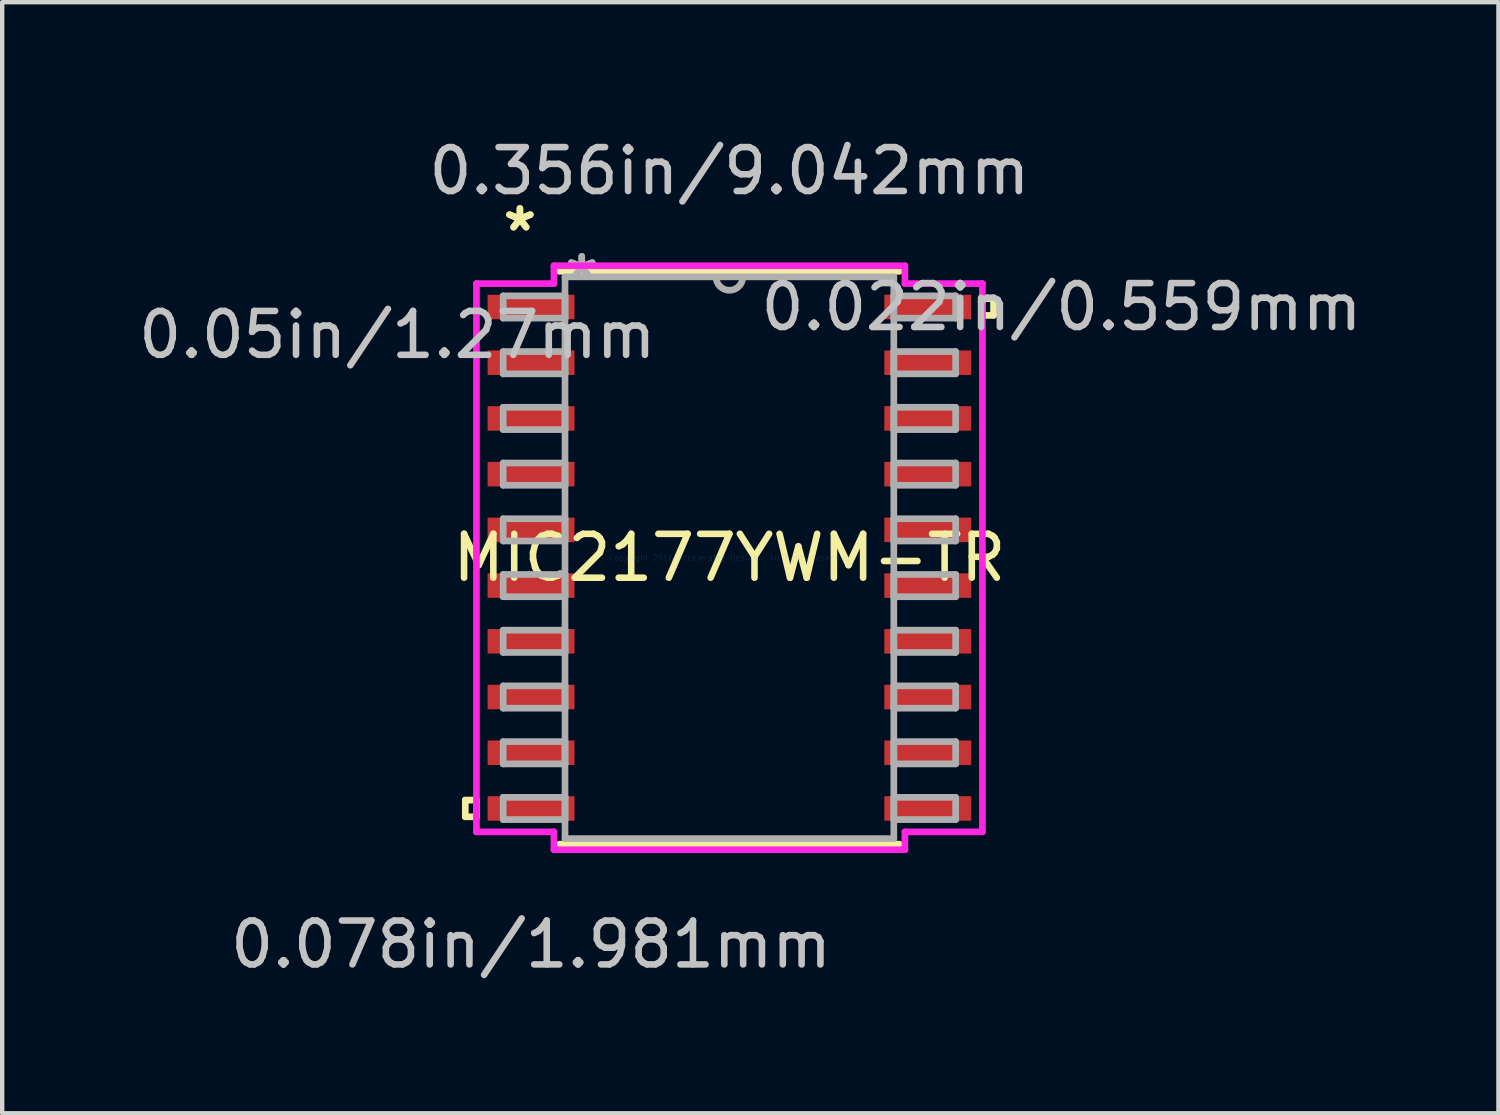
<source format=kicad_pcb>
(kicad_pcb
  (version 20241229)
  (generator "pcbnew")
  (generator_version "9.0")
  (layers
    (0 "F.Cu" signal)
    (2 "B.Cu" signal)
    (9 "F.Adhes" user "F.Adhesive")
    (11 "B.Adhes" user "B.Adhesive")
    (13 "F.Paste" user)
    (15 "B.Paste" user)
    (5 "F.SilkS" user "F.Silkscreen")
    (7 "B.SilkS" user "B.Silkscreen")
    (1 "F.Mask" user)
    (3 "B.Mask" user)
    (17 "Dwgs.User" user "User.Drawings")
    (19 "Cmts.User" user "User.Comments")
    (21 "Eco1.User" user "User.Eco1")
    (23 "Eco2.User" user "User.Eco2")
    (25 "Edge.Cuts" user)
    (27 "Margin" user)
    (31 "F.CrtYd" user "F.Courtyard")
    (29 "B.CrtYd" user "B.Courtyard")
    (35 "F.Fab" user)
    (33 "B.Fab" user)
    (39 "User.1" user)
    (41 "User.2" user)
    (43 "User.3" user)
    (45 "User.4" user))
  (footprint "MIC2177YWM-TR"
    (layer "F.Cu")
    (at 13.575 9.662)
    (property "Reference" "MIC2177YWM-TR" (at 0 0 0) (layer "F.SilkS") (effects (font (size 1 1) (thickness 0.15))))
    (attr through_hole)
    (fp_line (start -6.02 5.524) (end -6.02 5.905) (stroke (width 0.152) (type solid)) (layer "F.SilkS"))
    (fp_line (start -6.02 5.905) (end -5.766 5.905) (stroke (width 0.152) (type solid)) (layer "F.SilkS"))
    (fp_line (start -5.766 5.524) (end -6.02 5.524) (stroke (width 0.152) (type solid)) (layer "F.SilkS"))
    (fp_line (start -5.766 5.905) (end -5.766 5.524) (stroke (width 0.152) (type solid)) (layer "F.SilkS"))
    (fp_line (start -3.873 6.528) (end 3.873 6.528) (stroke (width 0.152) (type solid)) (layer "F.SilkS"))
    (fp_line (start 3.873 -6.528) (end -3.873 -6.528) (stroke (width 0.152) (type solid)) (layer "F.SilkS"))
    (fp_line (start 5.766 -5.905) (end 6.02 -5.905) (stroke (width 0.152) (type solid)) (layer "F.SilkS"))
    (fp_line (start 5.766 -5.524) (end 5.766 -5.905) (stroke (width 0.152) (type solid)) (layer "F.SilkS"))
    (fp_line (start 6.02 -5.905) (end 6.02 -5.524) (stroke (width 0.152) (type solid)) (layer "F.SilkS"))
    (fp_line (start 6.02 -5.524) (end 5.766 -5.524) (stroke (width 0.152) (type solid)) (layer "F.SilkS"))
    (fp_line (start -5.766 -6.248) (end -4 -6.248) (stroke (width 0.152) (type solid)) (layer "F.CrtYd"))
    (fp_line (start -5.766 6.248) (end -5.766 -6.248) (stroke (width 0.152) (type solid)) (layer "F.CrtYd"))
    (fp_line (start -4 -6.655) (end 4 -6.655) (stroke (width 0.152) (type solid)) (layer "F.CrtYd"))
    (fp_line (start -4 -6.248) (end -4 -6.655) (stroke (width 0.152) (type solid)) (layer "F.CrtYd"))
    (fp_line (start -4 6.248) (end -5.766 6.248) (stroke (width 0.152) (type solid)) (layer "F.CrtYd"))
    (fp_line (start -4 6.655) (end -4 6.248) (stroke (width 0.152) (type solid)) (layer "F.CrtYd"))
    (fp_line (start 4 -6.655) (end 4 -6.248) (stroke (width 0.152) (type solid)) (layer "F.CrtYd"))
    (fp_line (start 4 -6.248) (end 5.766 -6.248) (stroke (width 0.152) (type solid)) (layer "F.CrtYd"))
    (fp_line (start 4 6.248) (end 4 6.655) (stroke (width 0.152) (type solid)) (layer "F.CrtYd"))
    (fp_line (start 4 6.655) (end -4 6.655) (stroke (width 0.152) (type solid)) (layer "F.CrtYd"))
    (fp_line (start 5.766 -6.248) (end 5.766 6.248) (stroke (width 0.152) (type solid)) (layer "F.CrtYd"))
    (fp_line (start 5.766 6.248) (end 4 6.248) (stroke (width 0.152) (type solid)) (layer "F.CrtYd"))
    (fp_line (start -5.156 -5.969) (end -5.156 -5.461) (stroke (width 0.152) (type solid)) (layer "F.Fab"))
    (fp_line (start -5.156 -5.461) (end -3.747 -5.461) (stroke (width 0.152) (type solid)) (layer "F.Fab"))
    (fp_line (start -5.156 -4.699) (end -5.156 -4.191) (stroke (width 0.152) (type solid)) (layer "F.Fab"))
    (fp_line (start -5.156 -4.191) (end -3.747 -4.191) (stroke (width 0.152) (type solid)) (layer "F.Fab"))
    (fp_line (start -5.156 -3.429) (end -5.156 -2.921) (stroke (width 0.152) (type solid)) (layer "F.Fab"))
    (fp_line (start -5.156 -2.921) (end -3.747 -2.921) (stroke (width 0.152) (type solid)) (layer "F.Fab"))
    (fp_line (start -5.156 -2.159) (end -5.156 -1.651) (stroke (width 0.152) (type solid)) (layer "F.Fab"))
    (fp_line (start -5.156 -1.651) (end -3.747 -1.651) (stroke (width 0.152) (type solid)) (layer "F.Fab"))
    (fp_line (start -5.156 -0.889) (end -5.156 -0.381) (stroke (width 0.152) (type solid)) (layer "F.Fab"))
    (fp_line (start -5.156 -0.381) (end -3.747 -0.381) (stroke (width 0.152) (type solid)) (layer "F.Fab"))
    (fp_line (start -5.156 0.381) (end -5.156 0.889) (stroke (width 0.152) (type solid)) (layer "F.Fab"))
    (fp_line (start -5.156 0.889) (end -3.747 0.889) (stroke (width 0.152) (type solid)) (layer "F.Fab"))
    (fp_line (start -5.156 1.651) (end -5.156 2.159) (stroke (width 0.152) (type solid)) (layer "F.Fab"))
    (fp_line (start -5.156 2.159) (end -3.747 2.159) (stroke (width 0.152) (type solid)) (layer "F.Fab"))
    (fp_line (start -5.156 2.921) (end -5.156 3.429) (stroke (width 0.152) (type solid)) (layer "F.Fab"))
    (fp_line (start -5.156 3.429) (end -3.747 3.429) (stroke (width 0.152) (type solid)) (layer "F.Fab"))
    (fp_line (start -5.156 4.191) (end -5.156 4.699) (stroke (width 0.152) (type solid)) (layer "F.Fab"))
    (fp_line (start -5.156 4.699) (end -3.747 4.699) (stroke (width 0.152) (type solid)) (layer "F.Fab"))
    (fp_line (start -5.156 5.461) (end -5.156 5.969) (stroke (width 0.152) (type solid)) (layer "F.Fab"))
    (fp_line (start -5.156 5.969) (end -3.747 5.969) (stroke (width 0.152) (type solid)) (layer "F.Fab"))
    (fp_line (start -3.747 -6.401) (end -3.747 6.401) (stroke (width 0.152) (type solid)) (layer "F.Fab"))
    (fp_line (start -3.747 -5.969) (end -5.156 -5.969) (stroke (width 0.152) (type solid)) (layer "F.Fab"))
    (fp_line (start -3.747 -5.461) (end -3.747 -5.969) (stroke (width 0.152) (type solid)) (layer "F.Fab"))
    (fp_line (start -3.747 -4.699) (end -5.156 -4.699) (stroke (width 0.152) (type solid)) (layer "F.Fab"))
    (fp_line (start -3.747 -4.191) (end -3.747 -4.699) (stroke (width 0.152) (type solid)) (layer "F.Fab"))
    (fp_line (start -3.747 -3.429) (end -5.156 -3.429) (stroke (width 0.152) (type solid)) (layer "F.Fab"))
    (fp_line (start -3.747 -2.921) (end -3.747 -3.429) (stroke (width 0.152) (type solid)) (layer "F.Fab"))
    (fp_line (start -3.747 -2.159) (end -5.156 -2.159) (stroke (width 0.152) (type solid)) (layer "F.Fab"))
    (fp_line (start -3.747 -1.651) (end -3.747 -2.159) (stroke (width 0.152) (type solid)) (layer "F.Fab"))
    (fp_line (start -3.747 -0.889) (end -5.156 -0.889) (stroke (width 0.152) (type solid)) (layer "F.Fab"))
    (fp_line (start -3.747 -0.381) (end -3.747 -0.889) (stroke (width 0.152) (type solid)) (layer "F.Fab"))
    (fp_line (start -3.747 0.381) (end -5.156 0.381) (stroke (width 0.152) (type solid)) (layer "F.Fab"))
    (fp_line (start -3.747 0.889) (end -3.747 0.381) (stroke (width 0.152) (type solid)) (layer "F.Fab"))
    (fp_line (start -3.747 1.651) (end -5.156 1.651) (stroke (width 0.152) (type solid)) (layer "F.Fab"))
    (fp_line (start -3.747 2.159) (end -3.747 1.651) (stroke (width 0.152) (type solid)) (layer "F.Fab"))
    (fp_line (start -3.747 2.921) (end -5.156 2.921) (stroke (width 0.152) (type solid)) (layer "F.Fab"))
    (fp_line (start -3.747 3.429) (end -3.747 2.921) (stroke (width 0.152) (type solid)) (layer "F.Fab"))
    (fp_line (start -3.747 4.191) (end -5.156 4.191) (stroke (width 0.152) (type solid)) (layer "F.Fab"))
    (fp_line (start -3.747 4.699) (end -3.747 4.191) (stroke (width 0.152) (type solid)) (layer "F.Fab"))
    (fp_line (start -3.747 5.461) (end -5.156 5.461) (stroke (width 0.152) (type solid)) (layer "F.Fab"))
    (fp_line (start -3.747 5.969) (end -3.747 5.461) (stroke (width 0.152) (type solid)) (layer "F.Fab"))
    (fp_line (start -3.747 6.401) (end 3.747 6.401) (stroke (width 0.152) (type solid)) (layer "F.Fab"))
    (fp_line (start 3.747 -6.401) (end -3.747 -6.401) (stroke (width 0.152) (type solid)) (layer "F.Fab"))
    (fp_line (start 3.747 -5.969) (end 3.747 -5.461) (stroke (width 0.152) (type solid)) (layer "F.Fab"))
    (fp_line (start 3.747 -5.461) (end 5.156 -5.461) (stroke (width 0.152) (type solid)) (layer "F.Fab"))
    (fp_line (start 3.747 -4.699) (end 3.747 -4.191) (stroke (width 0.152) (type solid)) (layer "F.Fab"))
    (fp_line (start 3.747 -4.191) (end 5.156 -4.191) (stroke (width 0.152) (type solid)) (layer "F.Fab"))
    (fp_line (start 3.747 -3.429) (end 3.747 -2.921) (stroke (width 0.152) (type solid)) (layer "F.Fab"))
    (fp_line (start 3.747 -2.921) (end 5.156 -2.921) (stroke (width 0.152) (type solid)) (layer "F.Fab"))
    (fp_line (start 3.747 -2.159) (end 3.747 -1.651) (stroke (width 0.152) (type solid)) (layer "F.Fab"))
    (fp_line (start 3.747 -1.651) (end 5.156 -1.651) (stroke (width 0.152) (type solid)) (layer "F.Fab"))
    (fp_line (start 3.747 -0.889) (end 3.747 -0.381) (stroke (width 0.152) (type solid)) (layer "F.Fab"))
    (fp_line (start 3.747 -0.381) (end 5.156 -0.381) (stroke (width 0.152) (type solid)) (layer "F.Fab"))
    (fp_line (start 3.747 0.381) (end 3.747 0.889) (stroke (width 0.152) (type solid)) (layer "F.Fab"))
    (fp_line (start 3.747 0.889) (end 5.156 0.889) (stroke (width 0.152) (type solid)) (layer "F.Fab"))
    (fp_line (start 3.747 1.651) (end 3.747 2.159) (stroke (width 0.152) (type solid)) (layer "F.Fab"))
    (fp_line (start 3.747 2.159) (end 5.156 2.159) (stroke (width 0.152) (type solid)) (layer "F.Fab"))
    (fp_line (start 3.747 2.921) (end 3.747 3.429) (stroke (width 0.152) (type solid)) (layer "F.Fab"))
    (fp_line (start 3.747 3.429) (end 5.156 3.429) (stroke (width 0.152) (type solid)) (layer "F.Fab"))
    (fp_line (start 3.747 4.191) (end 3.747 4.699) (stroke (width 0.152) (type solid)) (layer "F.Fab"))
    (fp_line (start 3.747 4.699) (end 5.156 4.699) (stroke (width 0.152) (type solid)) (layer "F.Fab"))
    (fp_line (start 3.747 5.461) (end 3.747 5.969) (stroke (width 0.152) (type solid)) (layer "F.Fab"))
    (fp_line (start 3.747 5.969) (end 5.156 5.969) (stroke (width 0.152) (type solid)) (layer "F.Fab"))
    (fp_line (start 3.747 6.401) (end 3.747 -6.401) (stroke (width 0.152) (type solid)) (layer "F.Fab"))
    (fp_line (start 5.156 -5.969) (end 3.747 -5.969) (stroke (width 0.152) (type solid)) (layer "F.Fab"))
    (fp_line (start 5.156 -5.461) (end 5.156 -5.969) (stroke (width 0.152) (type solid)) (layer "F.Fab"))
    (fp_line (start 5.156 -4.699) (end 3.747 -4.699) (stroke (width 0.152) (type solid)) (layer "F.Fab"))
    (fp_line (start 5.156 -4.191) (end 5.156 -4.699) (stroke (width 0.152) (type solid)) (layer "F.Fab"))
    (fp_line (start 5.156 -3.429) (end 3.747 -3.429) (stroke (width 0.152) (type solid)) (layer "F.Fab"))
    (fp_line (start 5.156 -2.921) (end 5.156 -3.429) (stroke (width 0.152) (type solid)) (layer "F.Fab"))
    (fp_line (start 5.156 -2.159) (end 3.747 -2.159) (stroke (width 0.152) (type solid)) (layer "F.Fab"))
    (fp_line (start 5.156 -1.651) (end 5.156 -2.159) (stroke (width 0.152) (type solid)) (layer "F.Fab"))
    (fp_line (start 5.156 -0.889) (end 3.747 -0.889) (stroke (width 0.152) (type solid)) (layer "F.Fab"))
    (fp_line (start 5.156 -0.381) (end 5.156 -0.889) (stroke (width 0.152) (type solid)) (layer "F.Fab"))
    (fp_line (start 5.156 0.381) (end 3.747 0.381) (stroke (width 0.152) (type solid)) (layer "F.Fab"))
    (fp_line (start 5.156 0.889) (end 5.156 0.381) (stroke (width 0.152) (type solid)) (layer "F.Fab"))
    (fp_line (start 5.156 1.651) (end 3.747 1.651) (stroke (width 0.152) (type solid)) (layer "F.Fab"))
    (fp_line (start 5.156 2.159) (end 5.156 1.651) (stroke (width 0.152) (type solid)) (layer "F.Fab"))
    (fp_line (start 5.156 2.921) (end 3.747 2.921) (stroke (width 0.152) (type solid)) (layer "F.Fab"))
    (fp_line (start 5.156 3.429) (end 5.156 2.921) (stroke (width 0.152) (type solid)) (layer "F.Fab"))
    (fp_line (start 5.156 4.191) (end 3.747 4.191) (stroke (width 0.152) (type solid)) (layer "F.Fab"))
    (fp_line (start 5.156 4.699) (end 5.156 4.191) (stroke (width 0.152) (type solid)) (layer "F.Fab"))
    (fp_line (start 5.156 5.461) (end 3.747 5.461) (stroke (width 0.152) (type solid)) (layer "F.Fab"))
    (fp_line (start 5.156 5.969) (end 5.156 5.461) (stroke (width 0.152) (type solid)) (layer "F.Fab"))
    (fp_arc (start 0.3048 -6.4008) (mid 0 -6.096) (end -0.3048 -6.4008) (stroke (width 0.1524) (type solid)) (layer "F.Fab"))
    (fp_text user "*" (at -4.775 -7.417 0) (layer "F.SilkS") (effects (font (size 1 1) (thickness 0.15))))
    (fp_text user "*" (at -4.775 -7.417 0) (layer "F.SilkS") (effects (font (size 1 1) (thickness 0.15))))
    (fp_text user "0.078in/1.981mm" (at -4.521 8.814 0) (layer "Dwgs.User") (effects (font (size 1 1) (thickness 0.15))))
    (fp_text user "0.356in/9.042mm" (at 0 -8.814 0) (layer "Dwgs.User") (effects (font (size 1 1) (thickness 0.15))))
    (fp_text user "0.05in/1.27mm" (at -7.569 -5.08 0) (layer "Dwgs.User") (effects (font (size 1 1) (thickness 0.15))))
    (fp_text user "0.022in/0.559mm" (at 7.569 -5.715 0) (layer "Dwgs.User") (effects (font (size 1 1) (thickness 0.15))))
    (fp_text user "Copyright 2016 Accelerated Designs. All rights reserved." (at 0 0 0) (layer "Cmts.User") (effects (font (size 0.127 0.127) (thickness 0.002))))
    (fp_text user "*" (at -3.365 -6.325 0) (layer "F.Fab") (effects (font (size 1 1) (thickness 0.15))))
    (fp_text user "*" (at -3.365 -6.325 0) (layer "F.Fab") (effects (font (size 1 1) (thickness 0.15))))
    (pad "1" smd rect (at -4.521 -5.715) (size 1.981 0.559) (layers "F.Cu" "F.Mask" "F.Paste"))
    (pad "2" smd rect (at -4.521 -4.445) (size 1.981 0.559) (layers "F.Cu" "F.Mask" "F.Paste"))
    (pad "3" smd rect (at -4.521 -3.175) (size 1.981 0.559) (layers "F.Cu" "F.Mask" "F.Paste"))
    (pad "4" smd rect (at -4.521 -1.905) (size 1.981 0.559) (layers "F.Cu" "F.Mask" "F.Paste"))
    (pad "5" smd rect (at -4.521 -0.635) (size 1.981 0.559) (layers "F.Cu" "F.Mask" "F.Paste"))
    (pad "6" smd rect (at -4.521 0.635) (size 1.981 0.559) (layers "F.Cu" "F.Mask" "F.Paste"))
    (pad "7" smd rect (at -4.521 1.905) (size 1.981 0.559) (layers "F.Cu" "F.Mask" "F.Paste"))
    (pad "8" smd rect (at -4.521 3.175) (size 1.981 0.559) (layers "F.Cu" "F.Mask" "F.Paste"))
    (pad "9" smd rect (at -4.521 4.445) (size 1.981 0.559) (layers "F.Cu" "F.Mask" "F.Paste"))
    (pad "10" smd rect (at -4.521 5.715) (size 1.981 0.559) (layers "F.Cu" "F.Mask" "F.Paste"))
    (pad "11" smd rect (at 4.521 5.715) (size 1.981 0.559) (layers "F.Cu" "F.Mask" "F.Paste"))
    (pad "12" smd rect (at 4.521 4.445) (size 1.981 0.559) (layers "F.Cu" "F.Mask" "F.Paste"))
    (pad "13" smd rect (at 4.521 3.175) (size 1.981 0.559) (layers "F.Cu" "F.Mask" "F.Paste"))
    (pad "14" smd rect (at 4.521 1.905) (size 1.981 0.559) (layers "F.Cu" "F.Mask" "F.Paste"))
    (pad "15" smd rect (at 4.521 0.635) (size 1.981 0.559) (layers "F.Cu" "F.Mask" "F.Paste"))
    (pad "16" smd rect (at 4.521 -0.635) (size 1.981 0.559) (layers "F.Cu" "F.Mask" "F.Paste"))
    (pad "17" smd rect (at 4.521 -1.905) (size 1.981 0.559) (layers "F.Cu" "F.Mask" "F.Paste"))
    (pad "18" smd rect (at 4.521 -3.175) (size 1.981 0.559) (layers "F.Cu" "F.Mask" "F.Paste"))
    (pad "19" smd rect (at 4.521 -4.445) (size 1.981 0.559) (layers "F.Cu" "F.Mask" "F.Paste"))
    (pad "20" smd rect (at 4.521 -5.715) (size 1.981 0.559) (layers "F.Cu" "F.Mask" "F.Paste")))
  (gr_rect
    (start -3 -3)
    (end 31.103 22.324)
    (stroke (width 0.1) (type default))
    (fill no)
    (layer "Edge.Cuts")))
</source>
